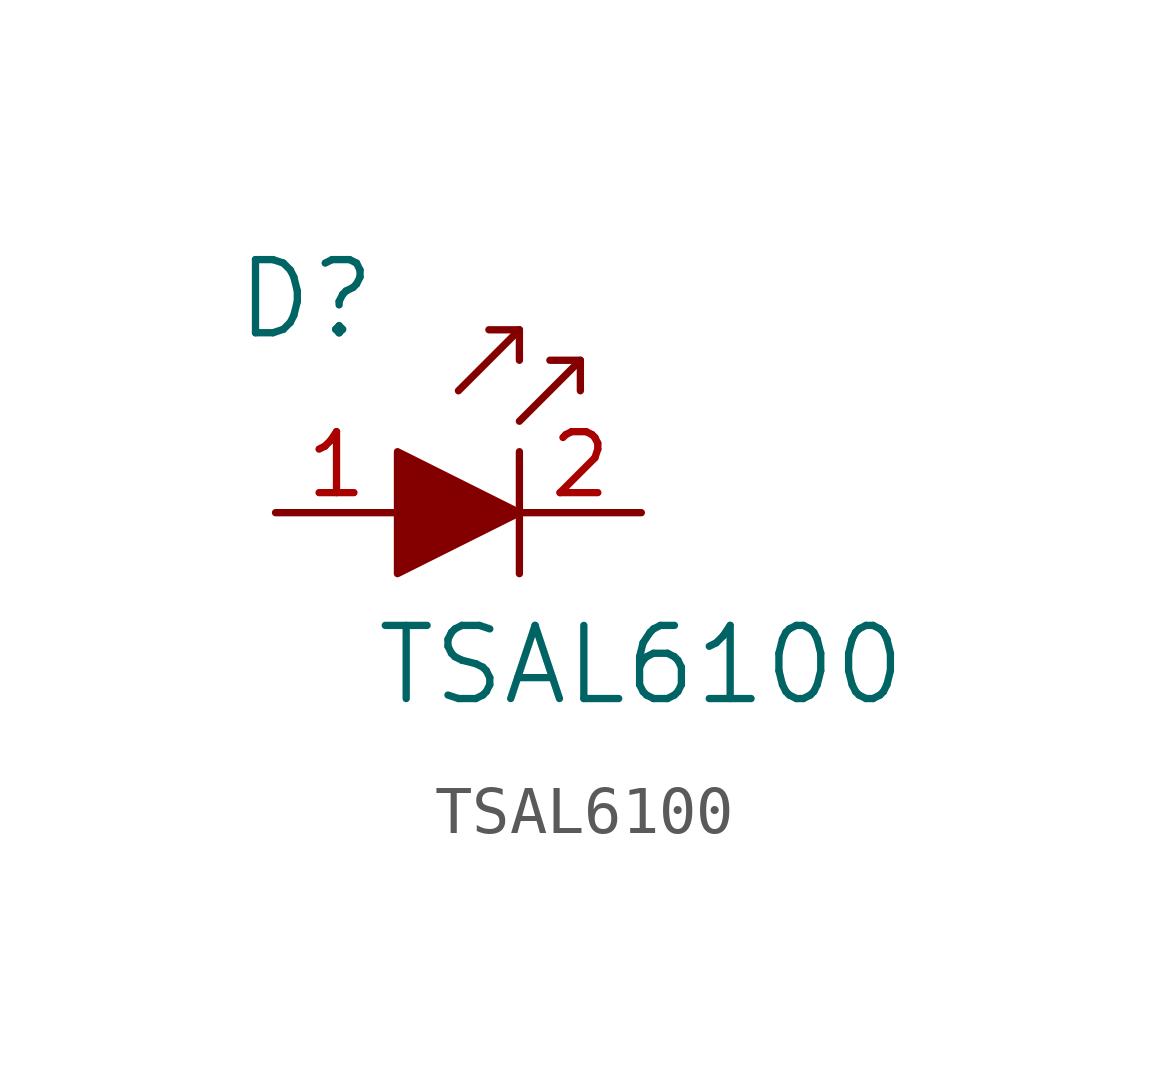
<source format=kicad_sym>
(kicad_symbol_lib
  (version 20231120)
  (generator "kicad_symbol_editor")
  (generator_version "8.0")
  (symbol "TSAL6100"
    (pin_names
      (offset 0))
    (property "Reference" "D"
      (at -1.905 4.445 0)
      (effects (font (size 1.524 1.524))))
    (property "Value" "TSAL6100"
      (at 5.08 -3.175 0)
      (effects (font (size 1.524 1.524))))
    (symbol "TSAL6100_0_1"
      (polyline (pts (xy 2.54 1.27) (xy 2.54 -1.27)) (stroke (width 0) (type solid)) (fill (type none)))
      (polyline (pts (xy 2.54 3.81) (xy 1.27 2.54)) (stroke (width 0) (type solid)) (fill (type none)))
      (polyline (pts (xy 3.81 3.175) (xy 2.54 1.905)) (stroke (width 0) (type solid)) (fill (type none)))
      (polyline (pts (xy 1.905 3.81) (xy 2.54 3.81) (xy 2.54 3.175)) (stroke (width 0) (type solid)) (fill (type none)))
      (polyline (pts (xy 3.175 3.175) (xy 3.81 3.175) (xy 3.81 2.54)) (stroke (width 0) (type solid)) (fill (type none)))
      (polyline (pts (xy 0 1.27) (xy 0 -1.27) (xy 2.54 0) (xy 0 1.27)) (stroke (width 0) (type solid)) (fill (type outline))))
    (symbol "TSAL6100_1_1"
      (pin passive line (at -2.54 0 0) (length 2.54) (name "~" (effects (font (size 1.27 1.27)))) (number "1" (effects (font (size 1.27 1.27)))))
      (pin passive line (at 5.08 0 180) (length 2.54) (name "~" (effects (font (size 1.27 1.27)))) (number "2" (effects (font (size 1.27 1.27))))))))
</source>
